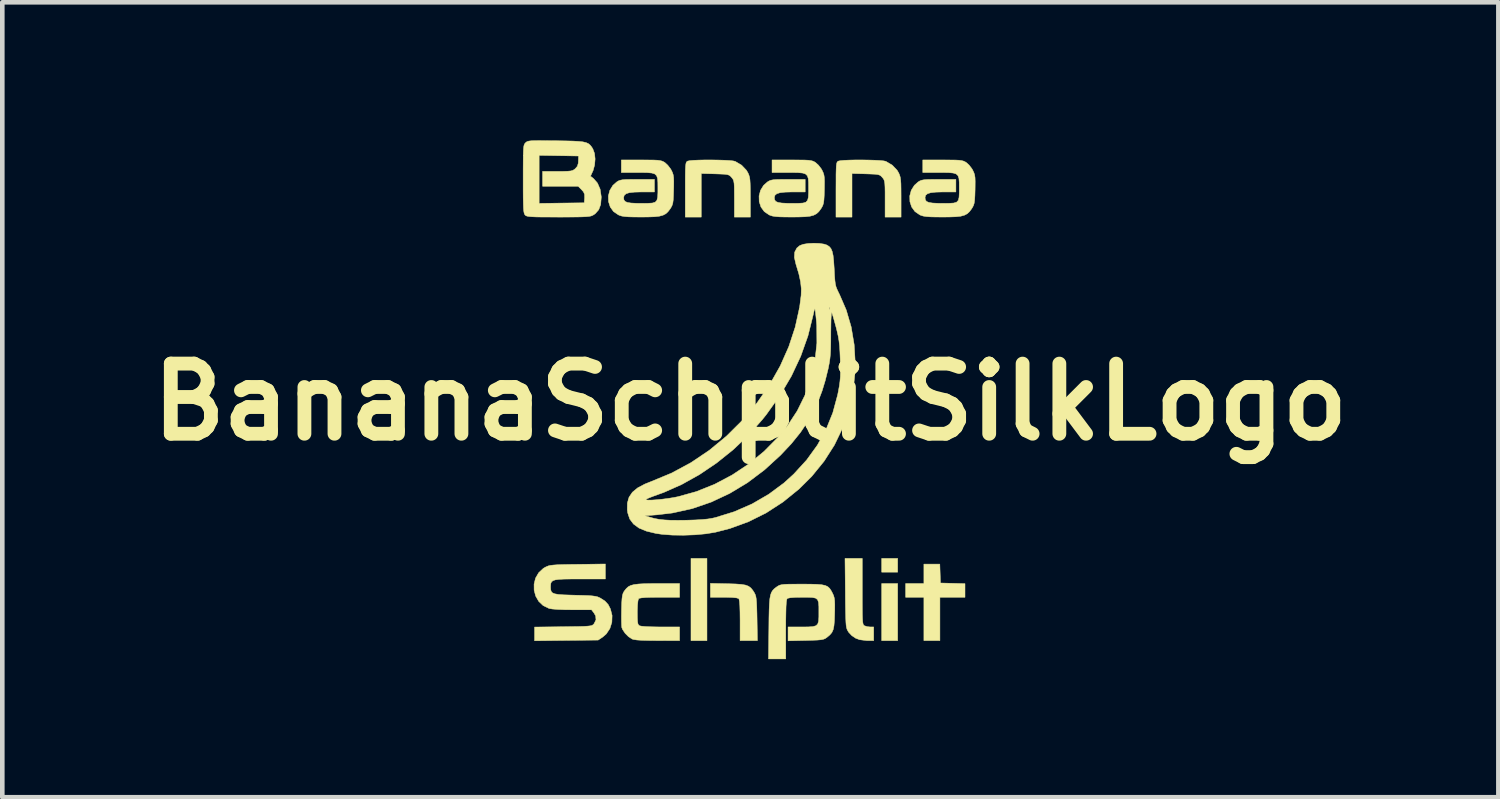
<source format=kicad_pcb>
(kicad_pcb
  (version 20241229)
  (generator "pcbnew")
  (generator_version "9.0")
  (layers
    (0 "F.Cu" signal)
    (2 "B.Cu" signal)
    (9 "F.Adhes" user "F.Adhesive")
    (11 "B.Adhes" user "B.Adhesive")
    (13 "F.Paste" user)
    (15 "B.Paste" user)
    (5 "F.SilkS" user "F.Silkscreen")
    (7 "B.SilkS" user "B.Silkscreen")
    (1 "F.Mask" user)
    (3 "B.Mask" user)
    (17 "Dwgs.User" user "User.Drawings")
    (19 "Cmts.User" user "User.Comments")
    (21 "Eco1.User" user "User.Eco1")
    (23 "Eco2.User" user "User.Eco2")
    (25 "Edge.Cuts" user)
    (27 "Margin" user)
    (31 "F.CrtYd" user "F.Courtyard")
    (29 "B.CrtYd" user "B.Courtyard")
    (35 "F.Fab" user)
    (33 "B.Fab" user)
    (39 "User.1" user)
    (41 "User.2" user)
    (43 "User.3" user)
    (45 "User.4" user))
  (footprint "BananaSchplitSilkLogo"
    (layer "F.Cu")
    (at 13.252 5.684)
    (property "Reference" "BananaSchplitSilkLogo" (at 0 0 0) (layer "F.SilkS") (effects (font (size 1.524 1.524) (thickness 0.3))))
    (attr through_hole)
    (fp_poly (pts (xy -0.943 5.184) (xy -1.29 5.184) (xy -1.29 3.398) (xy -0.943 3.398) (xy -0.943 5.184)) (stroke (width 0.01) (type solid)) (fill yes) (layer "F.SilkS"))
    (fp_poly (pts (xy 3.2 3.696) (xy 2.853 3.696) (xy 2.853 3.398) (xy 3.2 3.398) (xy 3.2 3.696)) (stroke (width 0.01) (type solid)) (fill yes) (layer "F.SilkS"))
    (fp_poly (pts (xy 3.2 5.184) (xy 2.853 5.184) (xy 2.853 3.944) (xy 3.2 3.944) (xy 3.2 5.184)) (stroke (width 0.01) (type solid)) (fill yes) (layer "F.SilkS"))
    (fp_poly (pts (xy 4.123 3.727) (xy 4.13 3.932) (xy 4.397 3.939) (xy 4.663 3.946) (xy 4.663 4.242) (xy 4.118 4.242) (xy 4.118 5.184) (xy 3.77 5.184) (xy 3.77 4.242) (xy 3.373 4.242) (xy 3.373 3.944) (xy 3.77 3.944) (xy 3.77 3.522) (xy 4.116 3.522) (xy 4.123 3.727)) (stroke (width 0.01) (type solid)) (fill yes) (layer "F.SilkS"))
    (fp_poly (pts (xy -0.485 3.948) (xy -0.321 3.953) (xy -0.197 3.962) (xy -0.106 3.977) (xy -0.04 4.002) (xy 0.01 4.039) (xy 0.053 4.091) (xy 0.087 4.145) (xy 0.104 4.179) (xy 0.118 4.22) (xy 0.127 4.274) (xy 0.134 4.35) (xy 0.139 4.456) (xy 0.143 4.598) (xy 0.145 4.707) (xy 0.153 5.184) (xy -0.223 5.184) (xy -0.223 4.743) (xy -0.225 4.562) (xy -0.229 4.427) (xy -0.236 4.336) (xy -0.246 4.284) (xy -0.253 4.271) (xy -0.296 4.256) (xy -0.387 4.246) (xy -0.528 4.242) (xy -0.575 4.242) (xy -0.868 4.242) (xy -0.868 3.94) (xy -0.485 3.948)) (stroke (width 0.01) (type solid)) (fill yes) (layer "F.SilkS"))
    (fp_poly (pts (xy 2.431 4.117) (xy 2.431 4.325) (xy 2.432 4.488) (xy 2.433 4.613) (xy 2.436 4.705) (xy 2.44 4.77) (xy 2.447 4.812) (xy 2.455 4.838) (xy 2.467 4.853) (xy 2.479 4.861) (xy 2.539 4.88) (xy 2.603 4.887) (xy 2.679 4.887) (xy 2.679 5.184) (xy 2.536 5.184) (xy 2.375 5.164) (xy 2.289 5.132) (xy 2.204 5.075) (xy 2.135 5.001) (xy 2.128 4.99) (xy 2.112 4.962) (xy 2.099 4.934) (xy 2.089 4.898) (xy 2.081 4.85) (xy 2.076 4.783) (xy 2.072 4.691) (xy 2.069 4.568) (xy 2.066 4.409) (xy 2.064 4.208) (xy 2.064 4.149) (xy 2.056 3.398) (xy 2.431 3.398) (xy 2.431 4.117)) (stroke (width 0.01) (type solid)) (fill yes) (layer "F.SilkS"))
    (fp_poly (pts (xy -0.703 -5.257) (xy -0.57 -5.253) (xy -0.456 -5.247) (xy -0.372 -5.238) (xy -0.33 -5.228) (xy -0.191 -5.146) (xy -0.087 -5.037) (xy -0.051 -4.976) (xy -0.032 -4.932) (xy -0.018 -4.885) (xy -0.009 -4.825) (xy -0.004 -4.744) (xy -0.001 -4.634) (xy -0.000024 -4.484) (xy 0 -4.445) (xy 0 -4.018) (xy -0.347 -4.018) (xy -0.347 -4.414) (xy -0.348 -4.563) (xy -0.349 -4.67) (xy -0.353 -4.745) (xy -0.361 -4.796) (xy -0.373 -4.832) (xy -0.392 -4.86) (xy -0.407 -4.879) (xy -0.434 -4.908) (xy -0.462 -4.928) (xy -0.502 -4.941) (xy -0.562 -4.949) (xy -0.653 -4.953) (xy -0.767 -4.957) (xy -1.067 -4.965) (xy -1.067 -4.018) (xy -1.414 -4.018) (xy -1.414 -4.613) (xy -1.414 -4.8) (xy -1.413 -4.944) (xy -1.411 -5.05) (xy -1.407 -5.125) (xy -1.401 -5.174) (xy -1.393 -5.205) (xy -1.381 -5.222) (xy -1.366 -5.233) (xy -1.322 -5.243) (xy -1.238 -5.251) (xy -1.124 -5.256) (xy -0.99 -5.259) (xy -0.847 -5.259) (xy -0.703 -5.257)) (stroke (width 0.01) (type solid)) (fill yes) (layer "F.SilkS"))
    (fp_poly (pts (xy 2.571 -5.257) (xy 2.705 -5.253) (xy 2.818 -5.247) (xy 2.902 -5.238) (xy 2.944 -5.228) (xy 3.083 -5.146) (xy 3.187 -5.037) (xy 3.223 -4.976) (xy 3.242 -4.932) (xy 3.256 -4.885) (xy 3.265 -4.825) (xy 3.271 -4.744) (xy 3.273 -4.634) (xy 3.274 -4.484) (xy 3.274 -4.445) (xy 3.274 -4.018) (xy 2.927 -4.018) (xy 2.927 -4.414) (xy 2.927 -4.563) (xy 2.925 -4.67) (xy 2.921 -4.745) (xy 2.913 -4.796) (xy 2.901 -4.832) (xy 2.883 -4.86) (xy 2.867 -4.879) (xy 2.84 -4.908) (xy 2.812 -4.928) (xy 2.772 -4.941) (xy 2.712 -4.949) (xy 2.621 -4.953) (xy 2.507 -4.957) (xy 2.208 -4.965) (xy 2.208 -4.018) (xy 1.86 -4.018) (xy 1.86 -4.613) (xy 1.861 -4.8) (xy 1.861 -4.944) (xy 1.864 -5.05) (xy 1.867 -5.125) (xy 1.873 -5.174) (xy 1.882 -5.205) (xy 1.893 -5.222) (xy 1.908 -5.233) (xy 1.953 -5.243) (xy 2.037 -5.251) (xy 2.15 -5.256) (xy 2.284 -5.259) (xy 2.427 -5.259) (xy 2.571 -5.257)) (stroke (width 0.01) (type solid)) (fill yes) (layer "F.SilkS"))
    (fp_poly (pts (xy -1.538 4.242) (xy -1.967 4.242) (xy -2.146 4.243) (xy -2.278 4.247) (xy -2.367 4.255) (xy -2.416 4.265) (xy -2.426 4.271) (xy -2.441 4.314) (xy -2.451 4.404) (xy -2.456 4.539) (xy -2.456 4.568) (xy -2.455 4.688) (xy -2.451 4.767) (xy -2.443 4.816) (xy -2.429 4.844) (xy -2.408 4.861) (xy -2.408 4.861) (xy -2.366 4.87) (xy -2.283 4.878) (xy -2.167 4.883) (xy -2.027 4.886) (xy -1.949 4.887) (xy -1.538 4.887) (xy -1.538 5.184) (xy -2.015 5.183) (xy -2.209 5.181) (xy -2.358 5.177) (xy -2.465 5.17) (xy -2.537 5.159) (xy -2.569 5.149) (xy -2.646 5.099) (xy -2.721 5.024) (xy -2.776 4.942) (xy -2.793 4.9) (xy -2.797 4.854) (xy -2.8 4.77) (xy -2.801 4.66) (xy -2.799 4.533) (xy -2.799 4.511) (xy -2.795 4.373) (xy -2.789 4.275) (xy -2.78 4.207) (xy -2.767 4.159) (xy -2.748 4.121) (xy -2.735 4.102) (xy -2.695 4.052) (xy -2.652 4.013) (xy -2.598 3.985) (xy -2.526 3.966) (xy -2.43 3.954) (xy -2.302 3.947) (xy -2.136 3.944) (xy -2.024 3.944) (xy -1.538 3.944) (xy -1.538 4.242)) (stroke (width 0.01) (type solid)) (fill yes) (layer "F.SilkS"))
    (fp_poly (pts (xy 1.31 3.957) (xy 1.448 3.961) (xy 1.552 3.97) (xy 1.627 3.986) (xy 1.682 4.012) (xy 1.723 4.05) (xy 1.758 4.103) (xy 1.788 4.16) (xy 1.809 4.208) (xy 1.823 4.258) (xy 1.831 4.319) (xy 1.834 4.403) (xy 1.833 4.52) (xy 1.831 4.599) (xy 1.826 4.751) (xy 1.816 4.863) (xy 1.799 4.945) (xy 1.771 5.007) (xy 1.728 5.058) (xy 1.668 5.109) (xy 1.652 5.121) (xy 1.621 5.141) (xy 1.583 5.155) (xy 1.53 5.165) (xy 1.452 5.172) (xy 1.342 5.176) (xy 1.201 5.18) (xy 0.819 5.188) (xy 0.819 4.887) (xy 1.114 4.887) (xy 1.258 4.886) (xy 1.359 4.879) (xy 1.425 4.86) (xy 1.463 4.823) (xy 1.482 4.762) (xy 1.488 4.67) (xy 1.488 4.573) (xy 1.488 4.443) (xy 1.481 4.353) (xy 1.46 4.294) (xy 1.418 4.261) (xy 1.347 4.246) (xy 1.24 4.242) (xy 1.133 4.242) (xy 0.976 4.244) (xy 0.868 4.252) (xy 0.808 4.265) (xy 0.799 4.271) (xy 0.789 4.297) (xy 0.781 4.355) (xy 0.775 4.449) (xy 0.772 4.583) (xy 0.769 4.759) (xy 0.769 4.941) (xy 0.769 5.581) (xy 0.394 5.581) (xy 0.402 4.905) (xy 0.404 4.688) (xy 0.408 4.515) (xy 0.414 4.38) (xy 0.423 4.276) (xy 0.437 4.199) (xy 0.456 4.141) (xy 0.482 4.097) (xy 0.516 4.06) (xy 0.559 4.026) (xy 0.576 4.014) (xy 0.607 3.994) (xy 0.638 3.979) (xy 0.679 3.969) (xy 0.736 3.962) (xy 0.817 3.958) (xy 0.931 3.957) (xy 1.085 3.956) (xy 1.129 3.956) (xy 1.31 3.957)) (stroke (width 0.01) (type solid)) (fill yes) (layer "F.SilkS"))
    (fp_poly (pts (xy -3.15 3.845) (xy -3.704 3.845) (xy -3.898 3.845) (xy -4.048 3.847) (xy -4.16 3.853) (xy -4.239 3.864) (xy -4.29 3.882) (xy -4.321 3.908) (xy -4.336 3.943) (xy -4.34 3.99) (xy -4.341 4.023) (xy -4.338 4.076) (xy -4.326 4.117) (xy -4.298 4.147) (xy -4.248 4.167) (xy -4.171 4.181) (xy -4.059 4.189) (xy -3.908 4.194) (xy -3.808 4.197) (xy -3.644 4.201) (xy -3.522 4.205) (xy -3.433 4.212) (xy -3.367 4.221) (xy -3.318 4.233) (xy -3.277 4.251) (xy -3.262 4.258) (xy -3.159 4.324) (xy -3.089 4.4) (xy -3.04 4.496) (xy -3.004 4.638) (xy -3.009 4.784) (xy -3.052 4.921) (xy -3.13 5.038) (xy -3.207 5.105) (xy -3.308 5.172) (xy -3.998 5.179) (xy -4.688 5.187) (xy -4.688 4.889) (xy -4.066 4.882) (xy -3.874 4.879) (xy -3.726 4.877) (xy -3.616 4.874) (xy -3.536 4.869) (xy -3.481 4.863) (xy -3.446 4.855) (xy -3.423 4.843) (xy -3.406 4.828) (xy -3.396 4.816) (xy -3.354 4.732) (xy -3.361 4.646) (xy -3.4 4.58) (xy -3.451 4.514) (xy -3.862 4.514) (xy -4.038 4.512) (xy -4.187 4.506) (xy -4.301 4.497) (xy -4.373 4.485) (xy -4.375 4.484) (xy -4.501 4.423) (xy -4.598 4.331) (xy -4.664 4.216) (xy -4.698 4.088) (xy -4.699 3.955) (xy -4.667 3.826) (xy -4.6 3.71) (xy -4.499 3.615) (xy -4.457 3.59) (xy -4.421 3.573) (xy -4.385 3.559) (xy -4.34 3.549) (xy -4.279 3.542) (xy -4.196 3.536) (xy -4.084 3.532) (xy -3.936 3.529) (xy -3.752 3.527) (xy -3.15 3.519) (xy -3.15 3.845)) (stroke (width 0.01) (type solid)) (fill yes) (layer "F.SilkS"))
    (fp_poly (pts (xy -2.215 -5.258) (xy -2.1 -5.257) (xy -2.017 -5.253) (xy -1.959 -5.245) (xy -1.917 -5.234) (xy -1.883 -5.218) (xy -1.858 -5.203) (xy -1.795 -5.145) (xy -1.735 -5.067) (xy -1.716 -5.035) (xy -1.692 -4.984) (xy -1.676 -4.935) (xy -1.667 -4.876) (xy -1.664 -4.796) (xy -1.665 -4.684) (xy -1.667 -4.612) (xy -1.671 -4.48) (xy -1.676 -4.387) (xy -1.685 -4.321) (xy -1.7 -4.272) (xy -1.722 -4.229) (xy -1.74 -4.2) (xy -1.787 -4.138) (xy -1.836 -4.091) (xy -1.897 -4.059) (xy -1.978 -4.037) (xy -2.085 -4.025) (xy -2.228 -4.02) (xy -2.373 -4.019) (xy -2.529 -4.02) (xy -2.646 -4.023) (xy -2.731 -4.03) (xy -2.794 -4.04) (xy -2.844 -4.056) (xy -2.867 -4.066) (xy -2.973 -4.138) (xy -3.044 -4.237) (xy -3.082 -4.354) (xy -3.085 -4.478) (xy -3.053 -4.599) (xy -2.986 -4.708) (xy -2.903 -4.781) (xy -2.868 -4.803) (xy -2.829 -4.818) (xy -2.78 -4.828) (xy -2.709 -4.834) (xy -2.609 -4.836) (xy -2.469 -4.837) (xy -2.452 -4.837) (xy -2.084 -4.837) (xy -2.084 -4.564) (xy -2.363 -4.564) (xy -2.518 -4.56) (xy -2.629 -4.548) (xy -2.701 -4.525) (xy -2.741 -4.49) (xy -2.753 -4.442) (xy -2.753 -4.44) (xy -2.747 -4.392) (xy -2.722 -4.358) (xy -2.673 -4.336) (xy -2.592 -4.323) (xy -2.473 -4.317) (xy -2.368 -4.316) (xy -2.228 -4.317) (xy -2.13 -4.323) (xy -2.067 -4.342) (xy -2.031 -4.382) (xy -2.014 -4.448) (xy -2.009 -4.55) (xy -2.009 -4.66) (xy -2.01 -4.775) (xy -2.017 -4.859) (xy -2.037 -4.917) (xy -2.076 -4.954) (xy -2.142 -4.975) (xy -2.241 -4.984) (xy -2.38 -4.986) (xy -2.461 -4.986) (xy -2.803 -4.986) (xy -2.803 -5.259) (xy -2.373 -5.259) (xy -2.215 -5.258)) (stroke (width 0.01) (type solid)) (fill yes) (layer "F.SilkS"))
    (fp_poly (pts (xy 1.059 -5.258) (xy 1.175 -5.257) (xy 1.257 -5.253) (xy 1.316 -5.245) (xy 1.358 -5.234) (xy 1.392 -5.218) (xy 1.416 -5.203) (xy 1.48 -5.145) (xy 1.54 -5.067) (xy 1.558 -5.035) (xy 1.582 -4.984) (xy 1.598 -4.935) (xy 1.607 -4.876) (xy 1.61 -4.796) (xy 1.609 -4.684) (xy 1.608 -4.612) (xy 1.604 -4.48) (xy 1.598 -4.387) (xy 1.589 -4.321) (xy 1.574 -4.272) (xy 1.552 -4.229) (xy 1.534 -4.2) (xy 1.488 -4.138) (xy 1.438 -4.091) (xy 1.377 -4.059) (xy 1.297 -4.037) (xy 1.189 -4.025) (xy 1.046 -4.02) (xy 0.902 -4.019) (xy 0.745 -4.02) (xy 0.629 -4.023) (xy 0.544 -4.03) (xy 0.48 -4.04) (xy 0.43 -4.056) (xy 0.407 -4.066) (xy 0.302 -4.138) (xy 0.23 -4.237) (xy 0.192 -4.354) (xy 0.189 -4.478) (xy 0.221 -4.599) (xy 0.288 -4.708) (xy 0.371 -4.781) (xy 0.407 -4.803) (xy 0.445 -4.818) (xy 0.494 -4.828) (xy 0.565 -4.834) (xy 0.666 -4.836) (xy 0.806 -4.837) (xy 0.822 -4.837) (xy 1.191 -4.837) (xy 1.191 -4.564) (xy 0.911 -4.564) (xy 0.756 -4.56) (xy 0.646 -4.548) (xy 0.573 -4.525) (xy 0.533 -4.49) (xy 0.521 -4.442) (xy 0.521 -4.44) (xy 0.528 -4.392) (xy 0.552 -4.358) (xy 0.602 -4.336) (xy 0.682 -4.323) (xy 0.801 -4.317) (xy 0.906 -4.316) (xy 1.046 -4.317) (xy 1.144 -4.323) (xy 1.207 -4.342) (xy 1.243 -4.382) (xy 1.26 -4.448) (xy 1.265 -4.55) (xy 1.265 -4.66) (xy 1.264 -4.775) (xy 1.257 -4.859) (xy 1.237 -4.917) (xy 1.198 -4.954) (xy 1.132 -4.975) (xy 1.033 -4.984) (xy 0.895 -4.986) (xy 0.813 -4.986) (xy 0.471 -4.986) (xy 0.471 -5.259) (xy 0.902 -5.259) (xy 1.059 -5.258)) (stroke (width 0.01) (type solid)) (fill yes) (layer "F.SilkS"))
    (fp_poly (pts (xy 4.333 -5.258) (xy 4.449 -5.257) (xy 4.532 -5.253) (xy 4.59 -5.245) (xy 4.632 -5.234) (xy 4.666 -5.218) (xy 4.691 -5.203) (xy 4.754 -5.145) (xy 4.814 -5.067) (xy 4.832 -5.035) (xy 4.856 -4.984) (xy 4.872 -4.935) (xy 4.881 -4.876) (xy 4.884 -4.796) (xy 4.883 -4.684) (xy 4.882 -4.612) (xy 4.878 -4.48) (xy 4.872 -4.387) (xy 4.863 -4.321) (xy 4.848 -4.272) (xy 4.826 -4.229) (xy 4.808 -4.2) (xy 4.762 -4.138) (xy 4.712 -4.091) (xy 4.651 -4.059) (xy 4.571 -4.037) (xy 4.463 -4.025) (xy 4.32 -4.02) (xy 4.176 -4.019) (xy 4.019 -4.02) (xy 3.903 -4.023) (xy 3.818 -4.03) (xy 3.755 -4.04) (xy 3.704 -4.056) (xy 3.681 -4.066) (xy 3.576 -4.138) (xy 3.504 -4.237) (xy 3.466 -4.354) (xy 3.463 -4.478) (xy 3.495 -4.599) (xy 3.563 -4.708) (xy 3.645 -4.781) (xy 3.681 -4.803) (xy 3.719 -4.818) (xy 3.769 -4.828) (xy 3.839 -4.834) (xy 3.94 -4.836) (xy 4.08 -4.837) (xy 4.096 -4.837) (xy 4.465 -4.837) (xy 4.465 -4.564) (xy 4.185 -4.564) (xy 4.031 -4.56) (xy 3.92 -4.548) (xy 3.847 -4.525) (xy 3.807 -4.49) (xy 3.795 -4.442) (xy 3.795 -4.44) (xy 3.802 -4.392) (xy 3.827 -4.358) (xy 3.876 -4.336) (xy 3.957 -4.323) (xy 4.076 -4.317) (xy 4.18 -4.316) (xy 4.32 -4.317) (xy 4.418 -4.323) (xy 4.481 -4.342) (xy 4.518 -4.382) (xy 4.534 -4.448) (xy 4.539 -4.55) (xy 4.539 -4.66) (xy 4.538 -4.775) (xy 4.531 -4.859) (xy 4.511 -4.917) (xy 4.472 -4.954) (xy 4.406 -4.975) (xy 4.307 -4.984) (xy 4.169 -4.986) (xy 4.087 -4.986) (xy 3.746 -4.986) (xy 3.746 -5.259) (xy 4.176 -5.259) (xy 4.333 -5.258)) (stroke (width 0.01) (type solid)) (fill yes) (layer "F.SilkS"))
    (fp_poly (pts (xy -4.458 -5.678) (xy -4.281 -5.676) (xy -4.22 -5.676) (xy -4.016 -5.673) (xy -3.855 -5.669) (xy -3.731 -5.662) (xy -3.638 -5.652) (xy -3.57 -5.636) (xy -3.52 -5.614) (xy -3.483 -5.584) (xy -3.451 -5.545) (xy -3.422 -5.499) (xy -3.386 -5.402) (xy -3.373 -5.28) (xy -3.384 -5.149) (xy -3.417 -5.028) (xy -3.424 -5.014) (xy -3.473 -4.906) (xy -3.41 -4.857) (xy -3.322 -4.757) (xy -3.264 -4.624) (xy -3.24 -4.464) (xy -3.24 -4.44) (xy -3.252 -4.291) (xy -3.295 -4.177) (xy -3.37 -4.092) (xy -3.406 -4.067) (xy -3.432 -4.053) (xy -3.463 -4.041) (xy -3.505 -4.033) (xy -3.564 -4.027) (xy -3.645 -4.023) (xy -3.755 -4.02) (xy -3.901 -4.019) (xy -4.087 -4.018) (xy -4.17 -4.018) (xy -4.373 -4.019) (xy -4.532 -4.019) (xy -4.654 -4.021) (xy -4.743 -4.025) (xy -4.805 -4.03) (xy -4.846 -4.037) (xy -4.873 -4.046) (xy -4.89 -4.059) (xy -4.895 -4.064) (xy -4.907 -4.082) (xy -4.916 -4.109) (xy -4.924 -4.153) (xy -4.929 -4.217) (xy -4.932 -4.308) (xy -4.932 -4.315) (xy -4.589 -4.315) (xy -4.099 -4.322) (xy -3.609 -4.328) (xy -3.601 -4.434) (xy -3.602 -4.511) (xy -3.626 -4.567) (xy -3.668 -4.614) (xy -3.742 -4.688) (xy -4.514 -4.688) (xy -4.514 -5.011) (xy -4.193 -5.011) (xy -4.06 -5.011) (xy -3.967 -5.014) (xy -3.904 -5.02) (xy -3.861 -5.031) (xy -3.829 -5.049) (xy -3.805 -5.068) (xy -3.759 -5.121) (xy -3.739 -5.187) (xy -3.736 -5.236) (xy -3.733 -5.345) (xy -4.161 -5.352) (xy -4.589 -5.359) (xy -4.589 -4.315) (xy -4.932 -4.315) (xy -4.935 -4.431) (xy -4.936 -4.591) (xy -4.936 -4.794) (xy -4.936 -4.845) (xy -4.936 -5.056) (xy -4.935 -5.222) (xy -4.934 -5.351) (xy -4.931 -5.446) (xy -4.927 -5.515) (xy -4.921 -5.562) (xy -4.912 -5.593) (xy -4.901 -5.614) (xy -4.886 -5.631) (xy -4.885 -5.632) (xy -4.867 -5.648) (xy -4.845 -5.66) (xy -4.813 -5.669) (xy -4.765 -5.675) (xy -4.694 -5.678) (xy -4.594 -5.679) (xy -4.458 -5.678)) (stroke (width 0.01) (type solid)) (fill yes) (layer "F.SilkS"))
    (fp_poly (pts (xy 1.499 -3.446) (xy 1.604 -3.43) (xy 1.663 -3.41) (xy 1.713 -3.378) (xy 1.75 -3.335) (xy 1.777 -3.273) (xy 1.797 -3.186) (xy 1.81 -3.065) (xy 1.821 -2.902) (xy 1.822 -2.882) (xy 1.829 -2.742) (xy 1.837 -2.64) (xy 1.847 -2.563) (xy 1.862 -2.501) (xy 1.886 -2.441) (xy 1.919 -2.372) (xy 1.936 -2.339) (xy 2.083 -1.999) (xy 2.19 -1.633) (xy 2.255 -1.248) (xy 2.279 -0.847) (xy 2.275 -0.66) (xy 2.232 -0.237) (xy 2.142 0.171) (xy 2.006 0.562) (xy 1.826 0.935) (xy 1.601 1.287) (xy 1.334 1.615) (xy 1.057 1.89) (xy 0.708 2.173) (xy 0.342 2.41) (xy -0.042 2.601) (xy -0.446 2.748) (xy -0.76 2.829) (xy -0.967 2.863) (xy -1.202 2.885) (xy -1.451 2.894) (xy -1.695 2.891) (xy -1.919 2.874) (xy -2.051 2.855) (xy -2.258 2.805) (xy -2.42 2.738) (xy -2.54 2.65) (xy -2.621 2.541) (xy -2.644 2.471) (xy -2.294 2.471) (xy -2.183 2.503) (xy -2.08 2.531) (xy -1.977 2.55) (xy -1.863 2.562) (xy -1.729 2.569) (xy -1.565 2.57) (xy -1.389 2.568) (xy -1.198 2.562) (xy -1.046 2.553) (xy -0.922 2.541) (xy -0.817 2.523) (xy -0.757 2.509) (xy -0.35 2.383) (xy 0.037 2.214) (xy 0.399 2.004) (xy 0.732 1.757) (xy 0.943 1.565) (xy 1.223 1.259) (xy 1.456 0.937) (xy 1.644 0.597) (xy 1.791 0.234) (xy 1.896 -0.154) (xy 1.91 -0.223) (xy 1.932 -0.342) (xy 1.946 -0.445) (xy 1.955 -0.546) (xy 1.958 -0.66) (xy 1.956 -0.8) (xy 1.953 -0.918) (xy 1.946 -1.086) (xy 1.938 -1.218) (xy 1.925 -1.33) (xy 1.907 -1.436) (xy 1.881 -1.549) (xy 1.863 -1.621) (xy 1.831 -1.738) (xy 1.803 -1.838) (xy 1.78 -1.912) (xy 1.767 -1.948) (xy 1.767 -1.948) (xy 1.762 -1.935) (xy 1.757 -1.878) (xy 1.752 -1.786) (xy 1.75 -1.664) (xy 1.748 -1.52) (xy 1.748 -1.48) (xy 1.747 -1.297) (xy 1.744 -1.152) (xy 1.738 -1.036) (xy 1.728 -0.936) (xy 1.714 -0.844) (xy 1.695 -0.747) (xy 1.69 -0.722) (xy 1.627 -0.467) (xy 1.559 -0.243) (xy 1.479 -0.033) (xy 1.39 0.161) (xy 1.252 0.417) (xy 1.088 0.661) (xy 0.892 0.904) (xy 0.657 1.154) (xy 0.306 1.475) (xy -0.063 1.753) (xy -0.45 1.986) (xy -0.851 2.174) (xy -1.265 2.316) (xy -1.689 2.41) (xy -2.022 2.45) (xy -2.294 2.471) (xy -2.644 2.471) (xy -2.665 2.407) (xy -2.674 2.342) (xy -2.672 2.194) (xy -2.649 2.115) (xy -2.27 2.115) (xy -2.262 2.127) (xy -2.214 2.131) (xy -2.134 2.13) (xy -2.031 2.123) (xy -1.914 2.111) (xy -1.79 2.095) (xy -1.67 2.076) (xy -1.574 2.057) (xy -1.171 1.945) (xy -0.777 1.787) (xy -0.397 1.586) (xy -0.037 1.347) (xy 0.298 1.072) (xy 0.602 0.764) (xy 0.81 0.51) (xy 1.018 0.193) (xy 1.187 -0.15) (xy 1.316 -0.515) (xy 1.403 -0.893) (xy 1.445 -1.279) (xy 1.442 -1.667) (xy 1.436 -1.744) (xy 1.425 -1.855) (xy 1.415 -1.947) (xy 1.406 -2.009) (xy 1.402 -2.03) (xy 1.393 -2.012) (xy 1.379 -1.958) (xy 1.365 -1.893) (xy 1.251 -1.436) (xy 1.094 -0.994) (xy 0.892 -0.564) (xy 0.644 -0.143) (xy 0.348 0.271) (xy 0.256 0.386) (xy -0.044 0.724) (xy -0.376 1.038) (xy -0.733 1.324) (xy -1.107 1.577) (xy -1.493 1.792) (xy -1.883 1.965) (xy -2.011 2.011) (xy -2.113 2.048) (xy -2.198 2.081) (xy -2.254 2.106) (xy -2.27 2.115) (xy -2.649 2.115) (xy -2.636 2.068) (xy -2.563 1.96) (xy -2.45 1.866) (xy -2.294 1.783) (xy -2.144 1.723) (xy -1.708 1.542) (xy -1.289 1.316) (xy -0.891 1.048) (xy -0.517 0.739) (xy -0.169 0.393) (xy 0.149 0.012) (xy 0.423 -0.384) (xy 0.649 -0.785) (xy 0.834 -1.201) (xy 0.974 -1.626) (xy 1.064 -2.034) (xy 1.712 -2.034) (xy 1.721 -2.014) (xy 1.728 -2.017) (xy 1.731 -2.047) (xy 1.728 -2.051) (xy 1.713 -2.047) (xy 1.712 -2.034) (xy 1.064 -2.034) (xy 1.069 -2.054) (xy 1.103 -2.319) (xy 1.107 -2.459) (xy 1.091 -2.611) (xy 1.053 -2.785) (xy 0.991 -2.991) (xy 0.989 -2.998) (xy 0.956 -3.142) (xy 0.963 -3.257) (xy 1.01 -3.346) (xy 1.074 -3.399) (xy 1.149 -3.427) (xy 1.255 -3.444) (xy 1.378 -3.45) (xy 1.499 -3.446)) (stroke (width 0.01) (type solid)) (fill yes) (layer "F.SilkS")))
  (gr_rect
    (start -3 -3)
    (end 29.503 14.27)
    (stroke (width 0.1) (type default))
    (fill no)
    (layer "Edge.Cuts")))
</source>
